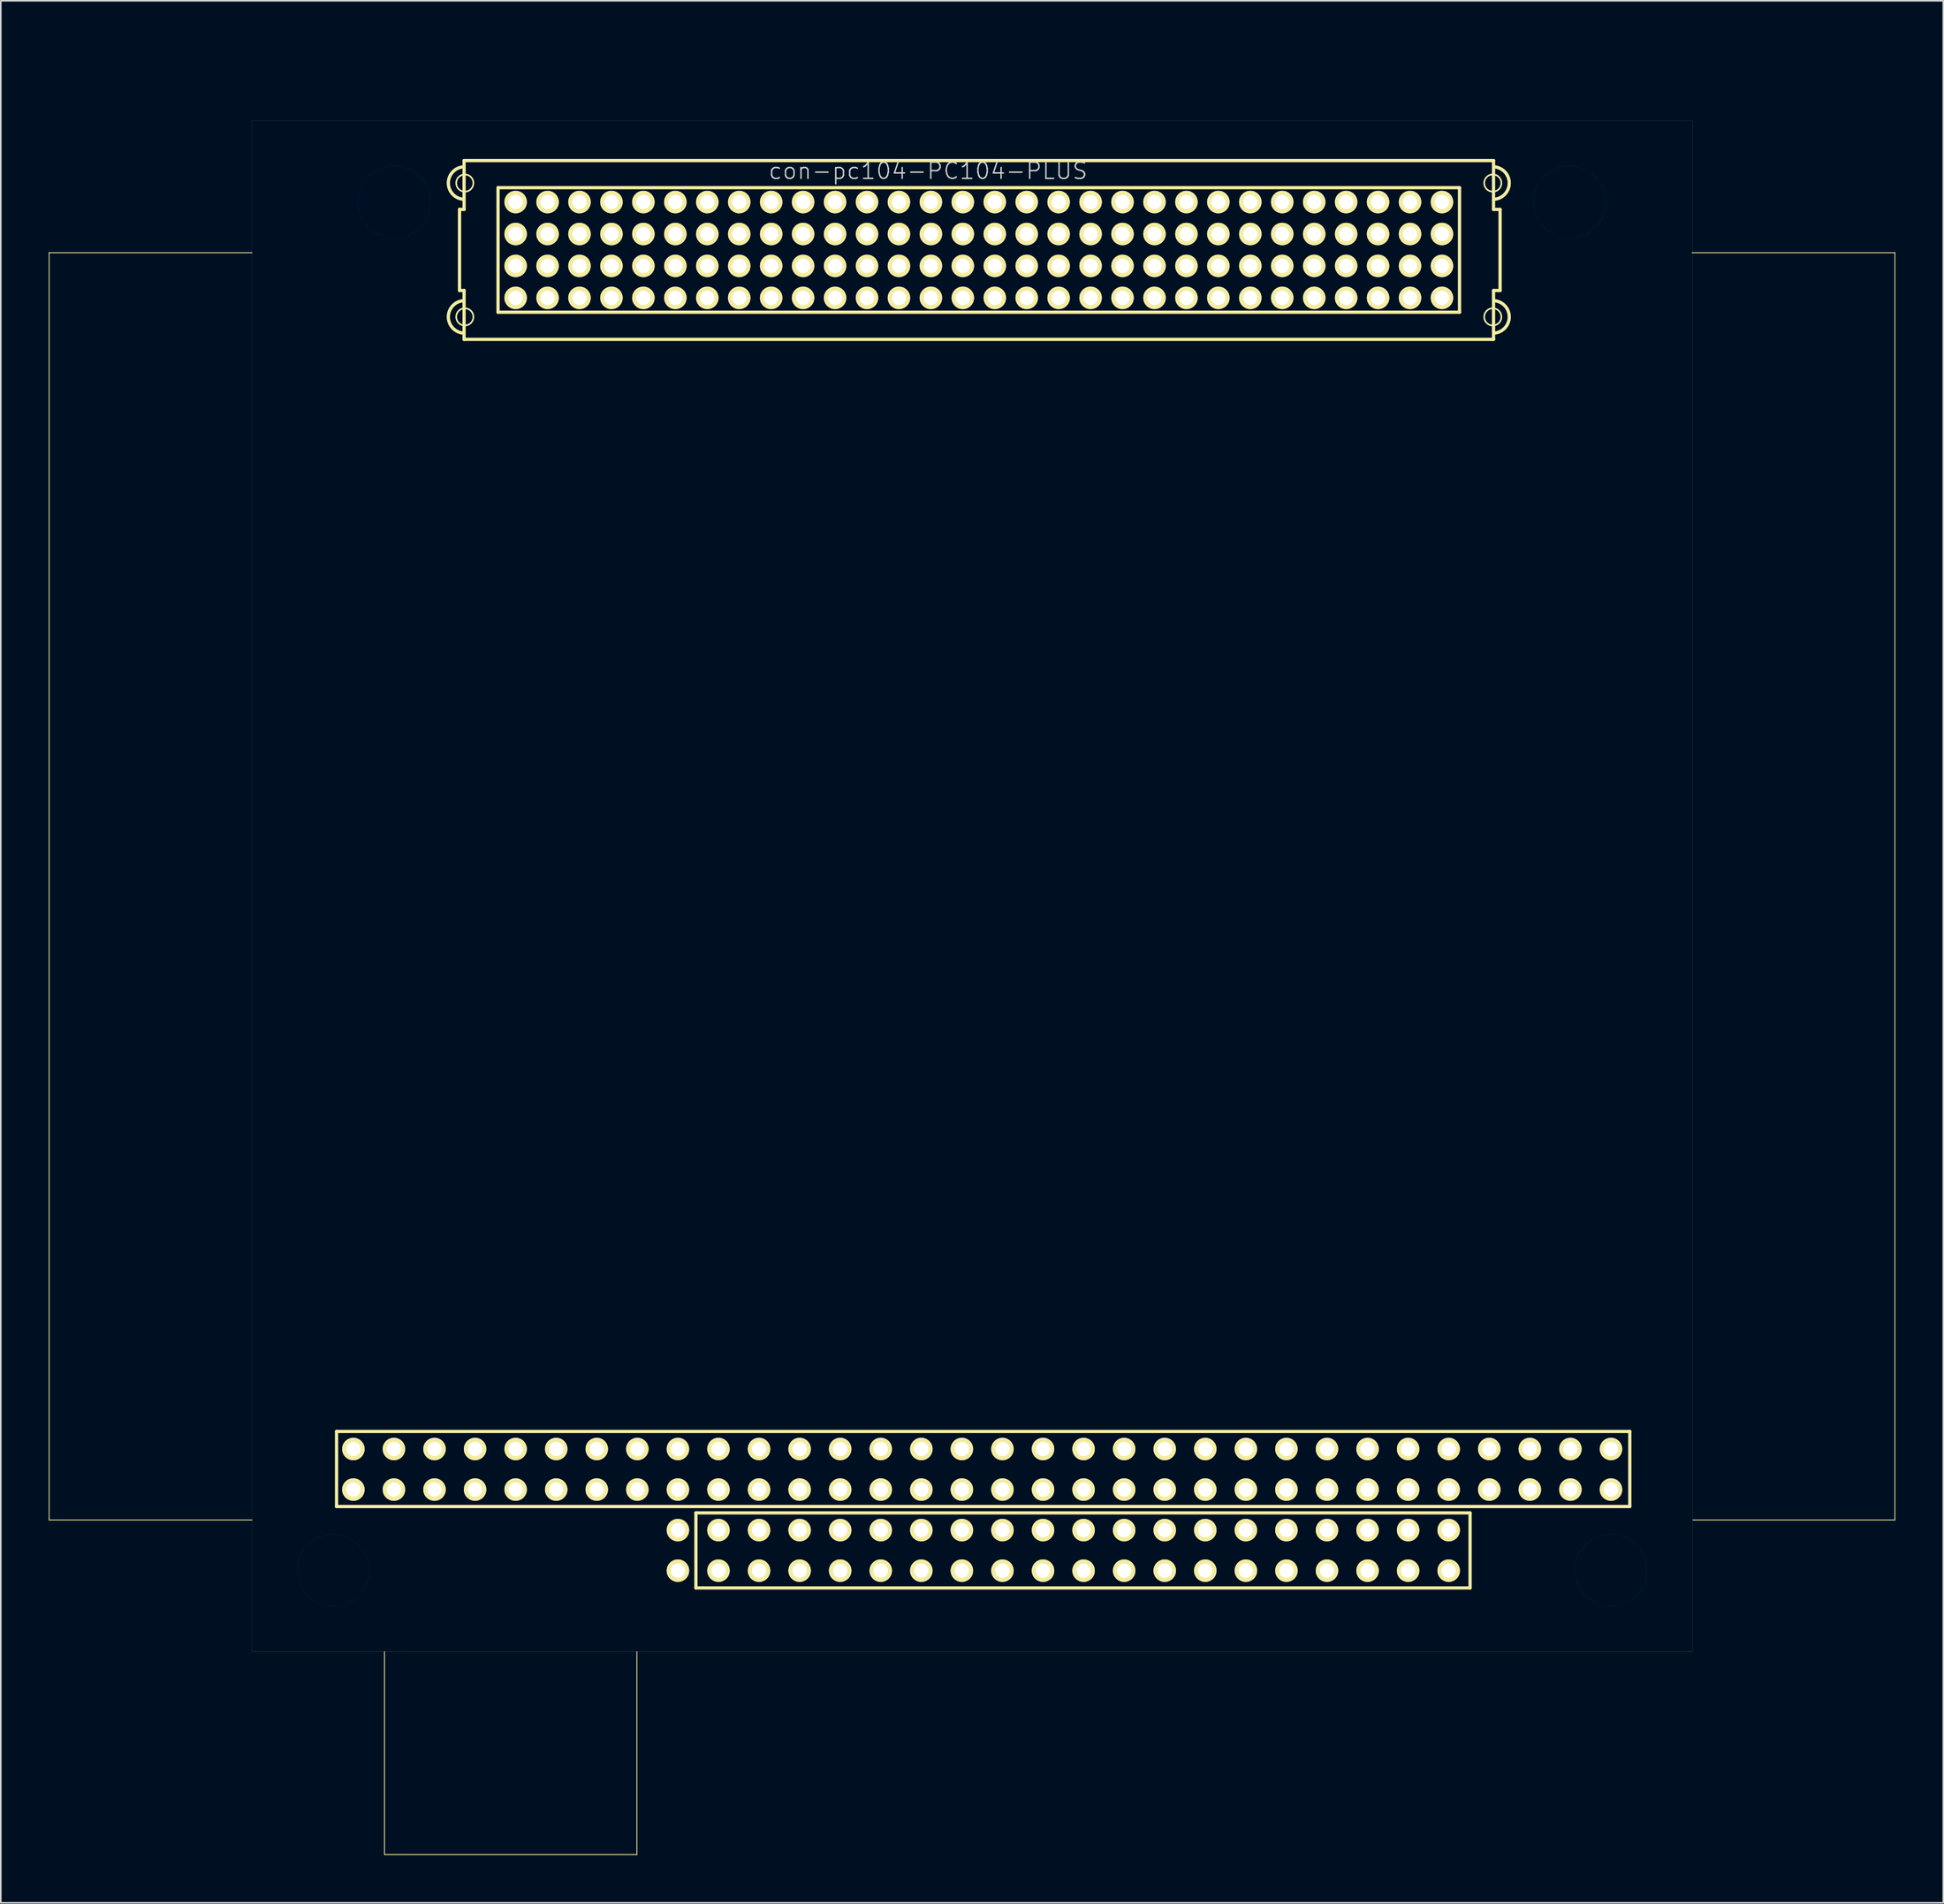
<source format=kicad_pcb>
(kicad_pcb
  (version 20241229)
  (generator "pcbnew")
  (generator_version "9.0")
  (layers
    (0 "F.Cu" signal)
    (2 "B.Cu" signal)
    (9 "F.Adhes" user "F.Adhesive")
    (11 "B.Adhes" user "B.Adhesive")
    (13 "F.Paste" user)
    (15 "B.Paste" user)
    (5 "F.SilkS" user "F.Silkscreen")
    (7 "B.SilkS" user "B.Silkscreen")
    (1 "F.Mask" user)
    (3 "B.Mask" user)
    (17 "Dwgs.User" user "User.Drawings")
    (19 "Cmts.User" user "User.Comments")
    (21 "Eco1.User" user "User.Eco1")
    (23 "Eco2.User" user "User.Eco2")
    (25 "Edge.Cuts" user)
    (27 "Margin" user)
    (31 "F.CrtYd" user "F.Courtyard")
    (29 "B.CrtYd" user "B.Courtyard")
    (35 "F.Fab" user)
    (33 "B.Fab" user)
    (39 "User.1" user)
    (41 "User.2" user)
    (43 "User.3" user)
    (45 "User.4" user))
  (footprint "con-pc104-PC104-PLUS"
    (layer "F.Cu")
    (at 12.725 100.41)
    (property "Reference" "con-pc104-PC104-PLUS" (at 42.334 -92.756 0) (layer "Edge.Cuts") (effects (font (size 1.016 1.016) (thickness 0.089))))
    (attr exclude_from_pos_files exclude_from_bom)
    (fp_circle (center 5.098 -5.098) (end 6.695 -6.695) (stroke (width 0.003) (type solid)) (fill no) (layer "B.Cu"))
    (fp_circle (center 8.898 -90.8) (end 10.495 -92.398) (stroke (width 0.003) (type solid)) (fill no) (layer "B.Cu"))
    (fp_circle (center 82.499 -90.8) (end 84.097 -92.398) (stroke (width 0.003) (type solid)) (fill no) (layer "B.Cu"))
    (fp_circle (center 85.098 -5.098) (end 86.695 -6.695) (stroke (width 0.003) (type solid)) (fill no) (layer "B.Cu"))
    (fp_line (start -12.7 -87.63) (end -12.7 -8.255) (stroke (width 0.051) (type solid)) (layer "F.SilkS"))
    (fp_line (start -12.7 -8.255) (end 0 -8.255) (stroke (width 0.051) (type solid)) (layer "F.SilkS"))
    (fp_line (start 0 -95.898) (end 0 0) (stroke (width 0.003) (type solid)) (layer "F.SilkS"))
    (fp_line (start 0 -87.63) (end -12.7 -87.63) (stroke (width 0.051) (type solid)) (layer "F.SilkS"))
    (fp_line (start 0 0) (end 90.198 0) (stroke (width 0.003) (type solid)) (layer "F.SilkS"))
    (fp_line (start 5.298 -13.8) (end 86.269 -13.8) (stroke (width 0.203) (type solid)) (layer "F.SilkS"))
    (fp_line (start 5.298 -9.098) (end 5.298 -13.8) (stroke (width 0.203) (type solid)) (layer "F.SilkS"))
    (fp_line (start 8.298 0) (end 8.298 12.7) (stroke (width 0.051) (type solid)) (layer "F.SilkS"))
    (fp_line (start 8.298 12.7) (end 24.1 12.7) (stroke (width 0.051) (type solid)) (layer "F.SilkS"))
    (fp_line (start 12.997 -90.343) (end 13.282 -90.343) (stroke (width 0.203) (type solid)) (layer "F.SilkS"))
    (fp_line (start 12.997 -85.263) (end 12.997 -90.343) (stroke (width 0.203) (type solid)) (layer "F.SilkS"))
    (fp_line (start 13.282 -93.403) (end 77.737 -93.403) (stroke (width 0.203) (type solid)) (layer "F.SilkS"))
    (fp_line (start 13.282 -90.343) (end 13.282 -93.403) (stroke (width 0.203) (type solid)) (layer "F.SilkS"))
    (fp_line (start 13.282 -85.263) (end 12.997 -85.263) (stroke (width 0.203) (type solid)) (layer "F.SilkS"))
    (fp_line (start 13.282 -82.205) (end 13.282 -85.263) (stroke (width 0.203) (type solid)) (layer "F.SilkS"))
    (fp_line (start 15.408 -91.704) (end 75.608 -91.704) (stroke (width 0.203) (type solid)) (layer "F.SilkS"))
    (fp_line (start 15.408 -83.904) (end 15.408 -91.704) (stroke (width 0.203) (type solid)) (layer "F.SilkS"))
    (fp_line (start 24.1 12.7) (end 24.1 0) (stroke (width 0.051) (type solid)) (layer "F.SilkS"))
    (fp_line (start 27.798 -8.7) (end 76.269 -8.7) (stroke (width 0.203) (type solid)) (layer "F.SilkS"))
    (fp_line (start 27.798 -3.998) (end 27.798 -8.7) (stroke (width 0.203) (type solid)) (layer "F.SilkS"))
    (fp_line (start 75.608 -91.704) (end 75.608 -83.904) (stroke (width 0.203) (type solid)) (layer "F.SilkS"))
    (fp_line (start 75.608 -83.904) (end 15.408 -83.904) (stroke (width 0.203) (type solid)) (layer "F.SilkS"))
    (fp_line (start 76.269 -8.7) (end 76.269 -3.998) (stroke (width 0.203) (type solid)) (layer "F.SilkS"))
    (fp_line (start 76.269 -3.998) (end 27.798 -3.998) (stroke (width 0.203) (type solid)) (layer "F.SilkS"))
    (fp_line (start 77.737 -93.403) (end 77.737 -90.343) (stroke (width 0.203) (type solid)) (layer "F.SilkS"))
    (fp_line (start 77.737 -90.343) (end 78.148 -90.343) (stroke (width 0.203) (type solid)) (layer "F.SilkS"))
    (fp_line (start 77.737 -85.263) (end 77.737 -82.205) (stroke (width 0.203) (type solid)) (layer "F.SilkS"))
    (fp_line (start 77.737 -82.205) (end 13.282 -82.205) (stroke (width 0.203) (type solid)) (layer "F.SilkS"))
    (fp_line (start 78.148 -90.343) (end 78.148 -85.263) (stroke (width 0.203) (type solid)) (layer "F.SilkS"))
    (fp_line (start 78.148 -85.263) (end 77.737 -85.263) (stroke (width 0.203) (type solid)) (layer "F.SilkS"))
    (fp_line (start 86.269 -13.8) (end 86.269 -9.098) (stroke (width 0.203) (type solid)) (layer "F.SilkS"))
    (fp_line (start 86.269 -9.098) (end 5.298 -9.098) (stroke (width 0.203) (type solid)) (layer "F.SilkS"))
    (fp_line (start 90.198 -95.898) (end 0 -95.898) (stroke (width 0.003) (type solid)) (layer "F.SilkS"))
    (fp_line (start 90.198 0) (end 90.198 -95.898) (stroke (width 0.003) (type solid)) (layer "F.SilkS"))
    (fp_line (start 90.221 -8.255) (end 102.87 -8.255) (stroke (width 0.051) (type solid)) (layer "F.SilkS"))
    (fp_line (start 102.87 -87.63) (end 90.17 -87.63) (stroke (width 0.051) (type solid)) (layer "F.SilkS"))
    (fp_line (start 102.87 -8.255) (end 102.87 -87.63) (stroke (width 0.051) (type solid)) (layer "F.SilkS"))
    (fp_arc (start 13.25118 -90.97772) (mid 12.296698 -91.9933) (end 13.250341 -93.009667) (stroke (width 0.2032) (type solid)) (layer "F.SilkS"))
    (fp_arc (start 13.25118 -82.59572) (mid 12.296698 -83.6113) (end 13.250341 -84.627667) (stroke (width 0.2032) (type solid)) (layer "F.SilkS"))
    (fp_arc (start 77.76718 -93.00972) (mid 78.721662 -91.99414) (end 77.768019 -90.977773) (stroke (width 0.2032) (type solid)) (layer "F.SilkS"))
    (fp_arc (start 77.76718 -84.62772) (mid 78.721662 -83.61214) (end 77.768019 -82.595773) (stroke (width 0.2032) (type solid)) (layer "F.SilkS"))
    (fp_circle (center 13.327 -91.994) (end 13.708 -92.375) (stroke (width 0.102) (type solid)) (fill no) (layer "F.SilkS"))
    (fp_circle (center 13.327 -83.612) (end 13.708 -83.993) (stroke (width 0.102) (type solid)) (fill no) (layer "F.SilkS"))
    (fp_circle (center 77.691 -91.994) (end 78.072 -92.375) (stroke (width 0.102) (type solid)) (fill no) (layer "F.SilkS"))
    (fp_circle (center 77.691 -83.612) (end 78.072 -83.993) (stroke (width 0.102) (type solid)) (fill no) (layer "F.SilkS"))
    (fp_text user "PC/104-Plus 16-B" (at 49.088 -98.768 0) (layer "Edge.Cuts") (effects (font (size 2.54 2.54) (thickness 0.089))))
    (fp_text user "J2" (at 29.845 -2.54 0) (layer "Edge.Cuts") (effects (font (size 1.27 1.27) (thickness 0.089))))
    (fp_text user "J1" (at 6.985 -15.24 0) (layer "Edge.Cuts") (effects (font (size 1.27 1.27) (thickness 0.089))))
    (fp_text user "J3" (at 17.145 -80.645 0) (layer "Edge.Cuts") (effects (font (size 1.27 1.27) (thickness 0.089))))
    (fp_text user "PC/104-Plus PCI " (at 45.89 -83.231 0) (layer "Edge.Cuts") (effects (font (size 1.016 1.016) (thickness 0.089))))
    (pad "A1" thru_hole circle (at 6.35 -10.16) (size 1.407 1.407) (drill 0.899) (layers "*.Cu" "F.Mask" "F.SilkS" "F.Paste"))
    (pad "A2" thru_hole circle (at 8.89 -10.16) (size 1.407 1.407) (drill 0.899) (layers "*.Cu" "F.Mask" "F.SilkS" "F.Paste"))
    (pad "A3" thru_hole circle (at 11.43 -10.16) (size 1.407 1.407) (drill 0.899) (layers "*.Cu" "F.Mask" "F.SilkS" "F.Paste"))
    (pad "A4" thru_hole circle (at 13.97 -10.16) (size 1.407 1.407) (drill 0.899) (layers "*.Cu" "F.Mask" "F.SilkS" "F.Paste"))
    (pad "A5" thru_hole circle (at 16.51 -10.16) (size 1.407 1.407) (drill 0.899) (layers "*.Cu" "F.Mask" "F.SilkS" "F.Paste"))
    (pad "A6" thru_hole circle (at 19.05 -10.16) (size 1.407 1.407) (drill 0.899) (layers "*.Cu" "F.Mask" "F.SilkS" "F.Paste"))
    (pad "A7" thru_hole circle (at 21.59 -10.16) (size 1.407 1.407) (drill 0.899) (layers "*.Cu" "F.Mask" "F.SilkS" "F.Paste"))
    (pad "A8" thru_hole circle (at 24.13 -10.16) (size 1.407 1.407) (drill 0.899) (layers "*.Cu" "F.Mask" "F.SilkS" "F.Paste"))
    (pad "A9" thru_hole circle (at 26.67 -10.16) (size 1.407 1.407) (drill 0.899) (layers "*.Cu" "F.Mask" "F.SilkS" "F.Paste"))
    (pad "A10" thru_hole circle (at 29.21 -10.16) (size 1.407 1.407) (drill 0.899) (layers "*.Cu" "F.Mask" "F.SilkS" "F.Paste"))
    (pad "A11" thru_hole circle (at 31.75 -10.16) (size 1.407 1.407) (drill 0.899) (layers "*.Cu" "F.Mask" "F.SilkS" "F.Paste"))
    (pad "A12" thru_hole circle (at 34.29 -10.16) (size 1.407 1.407) (drill 0.899) (layers "*.Cu" "F.Mask" "F.SilkS" "F.Paste"))
    (pad "A13" thru_hole circle (at 36.83 -10.16) (size 1.407 1.407) (drill 0.899) (layers "*.Cu" "F.Mask" "F.SilkS" "F.Paste"))
    (pad "A14" thru_hole circle (at 39.37 -10.16) (size 1.407 1.407) (drill 0.899) (layers "*.Cu" "F.Mask" "F.SilkS" "F.Paste"))
    (pad "A15" thru_hole circle (at 41.91 -10.16) (size 1.407 1.407) (drill 0.899) (layers "*.Cu" "F.Mask" "F.SilkS" "F.Paste"))
    (pad "A16" thru_hole circle (at 44.45 -10.16) (size 1.407 1.407) (drill 0.899) (layers "*.Cu" "F.Mask" "F.SilkS" "F.Paste"))
    (pad "A17" thru_hole circle (at 46.99 -10.16) (size 1.407 1.407) (drill 0.899) (layers "*.Cu" "F.Mask" "F.SilkS" "F.Paste"))
    (pad "A18" thru_hole circle (at 49.53 -10.16) (size 1.407 1.407) (drill 0.899) (layers "*.Cu" "F.Mask" "F.SilkS" "F.Paste"))
    (pad "A19" thru_hole circle (at 52.07 -10.16) (size 1.407 1.407) (drill 0.899) (layers "*.Cu" "F.Mask" "F.SilkS" "F.Paste"))
    (pad "A20" thru_hole circle (at 54.61 -10.16) (size 1.407 1.407) (drill 0.899) (layers "*.Cu" "F.Mask" "F.SilkS" "F.Paste"))
    (pad "A21" thru_hole circle (at 57.15 -10.16) (size 1.407 1.407) (drill 0.899) (layers "*.Cu" "F.Mask" "F.SilkS" "F.Paste"))
    (pad "A22" thru_hole circle (at 59.69 -10.16) (size 1.407 1.407) (drill 0.899) (layers "*.Cu" "F.Mask" "F.SilkS" "F.Paste"))
    (pad "A23" thru_hole circle (at 62.23 -10.16) (size 1.407 1.407) (drill 0.899) (layers "*.Cu" "F.Mask" "F.SilkS" "F.Paste"))
    (pad "A24" thru_hole circle (at 64.77 -10.16) (size 1.407 1.407) (drill 0.899) (layers "*.Cu" "F.Mask" "F.SilkS" "F.Paste"))
    (pad "A25" thru_hole circle (at 67.31 -10.16) (size 1.407 1.407) (drill 0.899) (layers "*.Cu" "F.Mask" "F.SilkS" "F.Paste"))
    (pad "A26" thru_hole circle (at 69.85 -10.16) (size 1.407 1.407) (drill 0.899) (layers "*.Cu" "F.Mask" "F.SilkS" "F.Paste"))
    (pad "A27" thru_hole circle (at 72.39 -10.16) (size 1.407 1.407) (drill 0.899) (layers "*.Cu" "F.Mask" "F.SilkS" "F.Paste"))
    (pad "A28" thru_hole circle (at 74.93 -10.16) (size 1.407 1.407) (drill 0.899) (layers "*.Cu" "F.Mask" "F.SilkS" "F.Paste"))
    (pad "A29" thru_hole circle (at 77.47 -10.16) (size 1.407 1.407) (drill 0.899) (layers "*.Cu" "F.Mask" "F.SilkS" "F.Paste"))
    (pad "A30" thru_hole circle (at 80.01 -10.16) (size 1.407 1.407) (drill 0.899) (layers "*.Cu" "F.Mask" "F.SilkS" "F.Paste"))
    (pad "A31" thru_hole circle (at 82.55 -10.16) (size 1.407 1.407) (drill 0.899) (layers "*.Cu" "F.Mask" "F.SilkS" "F.Paste"))
    (pad "A32" thru_hole circle (at 85.09 -10.16) (size 1.407 1.407) (drill 0.899) (layers "*.Cu" "F.Mask" "F.SilkS" "F.Paste"))
    (pad "B1" thru_hole circle (at 6.35 -12.7) (size 1.407 1.407) (drill 0.899) (layers "*.Cu" "F.Mask" "F.SilkS" "F.Paste"))
    (pad "B2" thru_hole circle (at 8.89 -12.7) (size 1.407 1.407) (drill 0.899) (layers "*.Cu" "F.Mask" "F.SilkS" "F.Paste"))
    (pad "B3" thru_hole circle (at 11.43 -12.7) (size 1.407 1.407) (drill 0.899) (layers "*.Cu" "F.Mask" "F.SilkS" "F.Paste"))
    (pad "B4" thru_hole circle (at 13.97 -12.7) (size 1.407 1.407) (drill 0.899) (layers "*.Cu" "F.Mask" "F.SilkS" "F.Paste"))
    (pad "B5" thru_hole circle (at 16.51 -12.7) (size 1.407 1.407) (drill 0.899) (layers "*.Cu" "F.Mask" "F.SilkS" "F.Paste"))
    (pad "B6" thru_hole circle (at 19.05 -12.7) (size 1.407 1.407) (drill 0.899) (layers "*.Cu" "F.Mask" "F.SilkS" "F.Paste"))
    (pad "B7" thru_hole circle (at 21.59 -12.7) (size 1.407 1.407) (drill 0.899) (layers "*.Cu" "F.Mask" "F.SilkS" "F.Paste"))
    (pad "B8" thru_hole circle (at 24.13 -12.7) (size 1.407 1.407) (drill 0.899) (layers "*.Cu" "F.Mask" "F.SilkS" "F.Paste"))
    (pad "B9" thru_hole circle (at 26.67 -12.7) (size 1.407 1.407) (drill 0.899) (layers "*.Cu" "F.Mask" "F.SilkS" "F.Paste"))
    (pad "B10" thru_hole circle (at 29.21 -12.7) (size 1.407 1.407) (drill 0.899) (layers "*.Cu" "F.Mask" "F.SilkS" "F.Paste"))
    (pad "B11" thru_hole circle (at 31.75 -12.7) (size 1.407 1.407) (drill 0.899) (layers "*.Cu" "F.Mask" "F.SilkS" "F.Paste"))
    (pad "B12" thru_hole circle (at 34.29 -12.7) (size 1.407 1.407) (drill 0.899) (layers "*.Cu" "F.Mask" "F.SilkS" "F.Paste"))
    (pad "B13" thru_hole circle (at 36.83 -12.7) (size 1.407 1.407) (drill 0.899) (layers "*.Cu" "F.Mask" "F.SilkS" "F.Paste"))
    (pad "B14" thru_hole circle (at 39.37 -12.7) (size 1.407 1.407) (drill 0.899) (layers "*.Cu" "F.Mask" "F.SilkS" "F.Paste"))
    (pad "B15" thru_hole circle (at 41.91 -12.7) (size 1.407 1.407) (drill 0.899) (layers "*.Cu" "F.Mask" "F.SilkS" "F.Paste"))
    (pad "B16" thru_hole circle (at 44.45 -12.7) (size 1.407 1.407) (drill 0.899) (layers "*.Cu" "F.Mask" "F.SilkS" "F.Paste"))
    (pad "B17" thru_hole circle (at 46.99 -12.7) (size 1.407 1.407) (drill 0.899) (layers "*.Cu" "F.Mask" "F.SilkS" "F.Paste"))
    (pad "B18" thru_hole circle (at 49.53 -12.7) (size 1.407 1.407) (drill 0.899) (layers "*.Cu" "F.Mask" "F.SilkS" "F.Paste"))
    (pad "B19" thru_hole circle (at 52.07 -12.7) (size 1.407 1.407) (drill 0.899) (layers "*.Cu" "F.Mask" "F.SilkS" "F.Paste"))
    (pad "B20" thru_hole circle (at 54.61 -12.7) (size 1.407 1.407) (drill 0.899) (layers "*.Cu" "F.Mask" "F.SilkS" "F.Paste"))
    (pad "B21" thru_hole circle (at 57.15 -12.7) (size 1.407 1.407) (drill 0.899) (layers "*.Cu" "F.Mask" "F.SilkS" "F.Paste"))
    (pad "B22" thru_hole circle (at 59.69 -12.7) (size 1.407 1.407) (drill 0.899) (layers "*.Cu" "F.Mask" "F.SilkS" "F.Paste"))
    (pad "B23" thru_hole circle (at 62.23 -12.7) (size 1.407 1.407) (drill 0.899) (layers "*.Cu" "F.Mask" "F.SilkS" "F.Paste"))
    (pad "B24" thru_hole circle (at 64.77 -12.7) (size 1.407 1.407) (drill 0.899) (layers "*.Cu" "F.Mask" "F.SilkS" "F.Paste"))
    (pad "B25" thru_hole circle (at 67.31 -12.7) (size 1.407 1.407) (drill 0.899) (layers "*.Cu" "F.Mask" "F.SilkS" "F.Paste"))
    (pad "B26" thru_hole circle (at 69.85 -12.7) (size 1.407 1.407) (drill 0.899) (layers "*.Cu" "F.Mask" "F.SilkS" "F.Paste"))
    (pad "B27" thru_hole circle (at 72.39 -12.7) (size 1.407 1.407) (drill 0.899) (layers "*.Cu" "F.Mask" "F.SilkS" "F.Paste"))
    (pad "B28" thru_hole circle (at 74.93 -12.7) (size 1.407 1.407) (drill 0.899) (layers "*.Cu" "F.Mask" "F.SilkS" "F.Paste"))
    (pad "B29" thru_hole circle (at 77.47 -12.7) (size 1.407 1.407) (drill 0.899) (layers "*.Cu" "F.Mask" "F.SilkS" "F.Paste"))
    (pad "B30" thru_hole circle (at 80.01 -12.7) (size 1.407 1.407) (drill 0.899) (layers "*.Cu" "F.Mask" "F.SilkS" "F.Paste"))
    (pad "B31" thru_hole circle (at 82.55 -12.7) (size 1.407 1.407) (drill 0.899) (layers "*.Cu" "F.Mask" "F.SilkS" "F.Paste"))
    (pad "B32" thru_hole circle (at 85.09 -12.7) (size 1.407 1.407) (drill 0.899) (layers "*.Cu" "F.Mask" "F.SilkS" "F.Paste"))
    (pad "C0" thru_hole circle (at 26.67 -7.62) (size 1.407 1.407) (drill 0.899) (layers "*.Cu" "F.Mask" "F.SilkS" "F.Paste"))
    (pad "C1" thru_hole circle (at 29.21 -7.62) (size 1.407 1.407) (drill 0.899) (layers "*.Cu" "F.Mask" "F.SilkS" "F.Paste"))
    (pad "C2" thru_hole circle (at 31.75 -7.62) (size 1.407 1.407) (drill 0.899) (layers "*.Cu" "F.Mask" "F.SilkS" "F.Paste"))
    (pad "C3" thru_hole circle (at 34.29 -7.62) (size 1.407 1.407) (drill 0.899) (layers "*.Cu" "F.Mask" "F.SilkS" "F.Paste"))
    (pad "C4" thru_hole circle (at 36.83 -7.62) (size 1.407 1.407) (drill 0.899) (layers "*.Cu" "F.Mask" "F.SilkS" "F.Paste"))
    (pad "C5" thru_hole circle (at 39.37 -7.62) (size 1.407 1.407) (drill 0.899) (layers "*.Cu" "F.Mask" "F.SilkS" "F.Paste"))
    (pad "C6" thru_hole circle (at 41.91 -7.62) (size 1.407 1.407) (drill 0.899) (layers "*.Cu" "F.Mask" "F.SilkS" "F.Paste"))
    (pad "C7" thru_hole circle (at 44.45 -7.62) (size 1.407 1.407) (drill 0.899) (layers "*.Cu" "F.Mask" "F.SilkS" "F.Paste"))
    (pad "C8" thru_hole circle (at 46.99 -7.62) (size 1.407 1.407) (drill 0.899) (layers "*.Cu" "F.Mask" "F.SilkS" "F.Paste"))
    (pad "C9" thru_hole circle (at 49.53 -7.62) (size 1.407 1.407) (drill 0.899) (layers "*.Cu" "F.Mask" "F.SilkS" "F.Paste"))
    (pad "C10" thru_hole circle (at 52.07 -7.62) (size 1.407 1.407) (drill 0.899) (layers "*.Cu" "F.Mask" "F.SilkS" "F.Paste"))
    (pad "C11" thru_hole circle (at 54.61 -7.62) (size 1.407 1.407) (drill 0.899) (layers "*.Cu" "F.Mask" "F.SilkS" "F.Paste"))
    (pad "C12" thru_hole circle (at 57.15 -7.62) (size 1.407 1.407) (drill 0.899) (layers "*.Cu" "F.Mask" "F.SilkS" "F.Paste"))
    (pad "C13" thru_hole circle (at 59.69 -7.62) (size 1.407 1.407) (drill 0.899) (layers "*.Cu" "F.Mask" "F.SilkS" "F.Paste"))
    (pad "C14" thru_hole circle (at 62.23 -7.62) (size 1.407 1.407) (drill 0.899) (layers "*.Cu" "F.Mask" "F.SilkS" "F.Paste"))
    (pad "C15" thru_hole circle (at 64.77 -7.62) (size 1.407 1.407) (drill 0.899) (layers "*.Cu" "F.Mask" "F.SilkS" "F.Paste"))
    (pad "C16" thru_hole circle (at 67.31 -7.62) (size 1.407 1.407) (drill 0.899) (layers "*.Cu" "F.Mask" "F.SilkS" "F.Paste"))
    (pad "C17" thru_hole circle (at 69.85 -7.62) (size 1.407 1.407) (drill 0.899) (layers "*.Cu" "F.Mask" "F.SilkS" "F.Paste"))
    (pad "C18" thru_hole circle (at 72.39 -7.62) (size 1.407 1.407) (drill 0.899) (layers "*.Cu" "F.Mask" "F.SilkS" "F.Paste"))
    (pad "C19" thru_hole circle (at 74.93 -7.62) (size 1.407 1.407) (drill 0.899) (layers "*.Cu" "F.Mask" "F.SilkS" "F.Paste"))
    (pad "D0" thru_hole circle (at 26.67 -5.08) (size 1.407 1.407) (drill 0.899) (layers "*.Cu" "F.Mask" "F.SilkS" "F.Paste"))
    (pad "D1" thru_hole circle (at 29.21 -5.08) (size 1.407 1.407) (drill 0.899) (layers "*.Cu" "F.Mask" "F.SilkS" "F.Paste"))
    (pad "D2" thru_hole circle (at 31.75 -5.08) (size 1.407 1.407) (drill 0.899) (layers "*.Cu" "F.Mask" "F.SilkS" "F.Paste"))
    (pad "D3" thru_hole circle (at 34.29 -5.08) (size 1.407 1.407) (drill 0.899) (layers "*.Cu" "F.Mask" "F.SilkS" "F.Paste"))
    (pad "D4" thru_hole circle (at 36.83 -5.08) (size 1.407 1.407) (drill 0.899) (layers "*.Cu" "F.Mask" "F.SilkS" "F.Paste"))
    (pad "D5" thru_hole circle (at 39.37 -5.08) (size 1.407 1.407) (drill 0.899) (layers "*.Cu" "F.Mask" "F.SilkS" "F.Paste"))
    (pad "D6" thru_hole circle (at 41.91 -5.08) (size 1.407 1.407) (drill 0.899) (layers "*.Cu" "F.Mask" "F.SilkS" "F.Paste"))
    (pad "D7" thru_hole circle (at 44.45 -5.08) (size 1.407 1.407) (drill 0.899) (layers "*.Cu" "F.Mask" "F.SilkS" "F.Paste"))
    (pad "D8" thru_hole circle (at 46.99 -5.08) (size 1.407 1.407) (drill 0.899) (layers "*.Cu" "F.Mask" "F.SilkS" "F.Paste"))
    (pad "D9" thru_hole circle (at 49.53 -5.08) (size 1.407 1.407) (drill 0.899) (layers "*.Cu" "F.Mask" "F.SilkS" "F.Paste"))
    (pad "D10" thru_hole circle (at 52.07 -5.08) (size 1.407 1.407) (drill 0.899) (layers "*.Cu" "F.Mask" "F.SilkS" "F.Paste"))
    (pad "D11" thru_hole circle (at 54.61 -5.08) (size 1.407 1.407) (drill 0.899) (layers "*.Cu" "F.Mask" "F.SilkS" "F.Paste"))
    (pad "D12" thru_hole circle (at 57.15 -5.08) (size 1.407 1.407) (drill 0.899) (layers "*.Cu" "F.Mask" "F.SilkS" "F.Paste"))
    (pad "D13" thru_hole circle (at 59.69 -5.08) (size 1.407 1.407) (drill 0.899) (layers "*.Cu" "F.Mask" "F.SilkS" "F.Paste"))
    (pad "D14" thru_hole circle (at 62.23 -5.08) (size 1.407 1.407) (drill 0.899) (layers "*.Cu" "F.Mask" "F.SilkS" "F.Paste"))
    (pad "D15" thru_hole circle (at 64.77 -5.08) (size 1.407 1.407) (drill 0.899) (layers "*.Cu" "F.Mask" "F.SilkS" "F.Paste"))
    (pad "D16" thru_hole circle (at 67.31 -5.08) (size 1.407 1.407) (drill 0.899) (layers "*.Cu" "F.Mask" "F.SilkS" "F.Paste"))
    (pad "D17" thru_hole circle (at 69.85 -5.08) (size 1.407 1.407) (drill 0.899) (layers "*.Cu" "F.Mask" "F.SilkS" "F.Paste"))
    (pad "D18" thru_hole circle (at 72.39 -5.08) (size 1.407 1.407) (drill 0.899) (layers "*.Cu" "F.Mask" "F.SilkS" "F.Paste"))
    (pad "D19" thru_hole circle (at 74.93 -5.08) (size 1.407 1.407) (drill 0.899) (layers "*.Cu" "F.Mask" "F.SilkS" "F.Paste"))
    (pad "J3-A" thru_hole circle (at 16.51 -84.803) (size 1.407 1.407) (drill 0.899) (layers "*.Cu" "F.Mask" "F.SilkS" "F.Paste"))
    (pad "J3-A" thru_hole circle (at 18.509 -84.803) (size 1.407 1.407) (drill 0.899) (layers "*.Cu" "F.Mask" "F.SilkS" "F.Paste"))
    (pad "J3-A" thru_hole circle (at 20.508 -84.803) (size 1.407 1.407) (drill 0.899) (layers "*.Cu" "F.Mask" "F.SilkS" "F.Paste"))
    (pad "J3-A" thru_hole circle (at 22.509 -84.803) (size 1.407 1.407) (drill 0.899) (layers "*.Cu" "F.Mask" "F.SilkS" "F.Paste"))
    (pad "J3-A" thru_hole circle (at 24.508 -84.803) (size 1.407 1.407) (drill 0.899) (layers "*.Cu" "F.Mask" "F.SilkS" "F.Paste"))
    (pad "J3-A" thru_hole circle (at 26.51 -84.803) (size 1.407 1.407) (drill 0.899) (layers "*.Cu" "F.Mask" "F.SilkS" "F.Paste"))
    (pad "J3-A" thru_hole circle (at 28.509 -84.803) (size 1.407 1.407) (drill 0.899) (layers "*.Cu" "F.Mask" "F.SilkS" "F.Paste"))
    (pad "J3-A" thru_hole circle (at 30.508 -84.803) (size 1.407 1.407) (drill 0.899) (layers "*.Cu" "F.Mask" "F.SilkS" "F.Paste"))
    (pad "J3-A" thru_hole circle (at 32.509 -84.803) (size 1.407 1.407) (drill 0.899) (layers "*.Cu" "F.Mask" "F.SilkS" "F.Paste"))
    (pad "J3-A" thru_hole circle (at 34.508 -84.803) (size 1.407 1.407) (drill 0.899) (layers "*.Cu" "F.Mask" "F.SilkS" "F.Paste"))
    (pad "J3-A" thru_hole circle (at 36.51 -84.803) (size 1.407 1.407) (drill 0.899) (layers "*.Cu" "F.Mask" "F.SilkS" "F.Paste"))
    (pad "J3-A" thru_hole circle (at 38.509 -84.803) (size 1.407 1.407) (drill 0.899) (layers "*.Cu" "F.Mask" "F.SilkS" "F.Paste"))
    (pad "J3-A" thru_hole circle (at 40.508 -84.803) (size 1.407 1.407) (drill 0.899) (layers "*.Cu" "F.Mask" "F.SilkS" "F.Paste"))
    (pad "J3-A" thru_hole circle (at 42.509 -84.803) (size 1.407 1.407) (drill 0.899) (layers "*.Cu" "F.Mask" "F.SilkS" "F.Paste"))
    (pad "J3-A" thru_hole circle (at 44.508 -84.803) (size 1.407 1.407) (drill 0.899) (layers "*.Cu" "F.Mask" "F.SilkS" "F.Paste"))
    (pad "J3-A" thru_hole circle (at 46.51 -84.803) (size 1.407 1.407) (drill 0.899) (layers "*.Cu" "F.Mask" "F.SilkS" "F.Paste"))
    (pad "J3-A" thru_hole circle (at 48.509 -84.803) (size 1.407 1.407) (drill 0.899) (layers "*.Cu" "F.Mask" "F.SilkS" "F.Paste"))
    (pad "J3-A" thru_hole circle (at 50.508 -84.803) (size 1.407 1.407) (drill 0.899) (layers "*.Cu" "F.Mask" "F.SilkS" "F.Paste"))
    (pad "J3-A" thru_hole circle (at 52.509 -84.803) (size 1.407 1.407) (drill 0.899) (layers "*.Cu" "F.Mask" "F.SilkS" "F.Paste"))
    (pad "J3-A" thru_hole circle (at 54.508 -84.803) (size 1.407 1.407) (drill 0.899) (layers "*.Cu" "F.Mask" "F.SilkS" "F.Paste"))
    (pad "J3-A" thru_hole circle (at 56.51 -84.803) (size 1.407 1.407) (drill 0.899) (layers "*.Cu" "F.Mask" "F.SilkS" "F.Paste"))
    (pad "J3-A" thru_hole circle (at 58.509 -84.803) (size 1.407 1.407) (drill 0.899) (layers "*.Cu" "F.Mask" "F.SilkS" "F.Paste"))
    (pad "J3-A" thru_hole circle (at 60.508 -84.803) (size 1.407 1.407) (drill 0.899) (layers "*.Cu" "F.Mask" "F.SilkS" "F.Paste"))
    (pad "J3-A" thru_hole circle (at 62.509 -84.803) (size 1.407 1.407) (drill 0.899) (layers "*.Cu" "F.Mask" "F.SilkS" "F.Paste"))
    (pad "J3-A" thru_hole circle (at 64.508 -84.803) (size 1.407 1.407) (drill 0.899) (layers "*.Cu" "F.Mask" "F.SilkS" "F.Paste"))
    (pad "J3-A" thru_hole circle (at 66.51 -84.803) (size 1.407 1.407) (drill 0.899) (layers "*.Cu" "F.Mask" "F.SilkS" "F.Paste"))
    (pad "J3-A" thru_hole circle (at 68.509 -84.803) (size 1.407 1.407) (drill 0.899) (layers "*.Cu" "F.Mask" "F.SilkS" "F.Paste"))
    (pad "J3-A" thru_hole circle (at 70.508 -84.803) (size 1.407 1.407) (drill 0.899) (layers "*.Cu" "F.Mask" "F.SilkS" "F.Paste"))
    (pad "J3-A" thru_hole circle (at 72.509 -84.803) (size 1.407 1.407) (drill 0.899) (layers "*.Cu" "F.Mask" "F.SilkS" "F.Paste"))
    (pad "J3-A" thru_hole circle (at 74.508 -84.803) (size 1.407 1.407) (drill 0.899) (layers "*.Cu" "F.Mask" "F.SilkS" "F.Paste"))
    (pad "J3-B" thru_hole circle (at 16.51 -86.805) (size 1.407 1.407) (drill 0.899) (layers "*.Cu" "F.Mask" "F.SilkS" "F.Paste"))
    (pad "J3-B" thru_hole circle (at 18.509 -86.805) (size 1.407 1.407) (drill 0.899) (layers "*.Cu" "F.Mask" "F.SilkS" "F.Paste"))
    (pad "J3-B" thru_hole circle (at 20.508 -86.805) (size 1.407 1.407) (drill 0.899) (layers "*.Cu" "F.Mask" "F.SilkS" "F.Paste"))
    (pad "J3-B" thru_hole circle (at 22.509 -86.805) (size 1.407 1.407) (drill 0.899) (layers "*.Cu" "F.Mask" "F.SilkS" "F.Paste"))
    (pad "J3-B" thru_hole circle (at 24.508 -86.805) (size 1.407 1.407) (drill 0.899) (layers "*.Cu" "F.Mask" "F.SilkS" "F.Paste"))
    (pad "J3-B" thru_hole circle (at 26.51 -86.805) (size 1.407 1.407) (drill 0.899) (layers "*.Cu" "F.Mask" "F.SilkS" "F.Paste"))
    (pad "J3-B" thru_hole circle (at 28.509 -86.805) (size 1.407 1.407) (drill 0.899) (layers "*.Cu" "F.Mask" "F.SilkS" "F.Paste"))
    (pad "J3-B" thru_hole circle (at 30.508 -86.805) (size 1.407 1.407) (drill 0.899) (layers "*.Cu" "F.Mask" "F.SilkS" "F.Paste"))
    (pad "J3-B" thru_hole circle (at 32.509 -86.805) (size 1.407 1.407) (drill 0.899) (layers "*.Cu" "F.Mask" "F.SilkS" "F.Paste"))
    (pad "J3-B" thru_hole circle (at 34.508 -86.805) (size 1.407 1.407) (drill 0.899) (layers "*.Cu" "F.Mask" "F.SilkS" "F.Paste"))
    (pad "J3-B" thru_hole circle (at 36.51 -86.805) (size 1.407 1.407) (drill 0.899) (layers "*.Cu" "F.Mask" "F.SilkS" "F.Paste"))
    (pad "J3-B" thru_hole circle (at 38.509 -86.805) (size 1.407 1.407) (drill 0.899) (layers "*.Cu" "F.Mask" "F.SilkS" "F.Paste"))
    (pad "J3-B" thru_hole circle (at 40.508 -86.805) (size 1.407 1.407) (drill 0.899) (layers "*.Cu" "F.Mask" "F.SilkS" "F.Paste"))
    (pad "J3-B" thru_hole circle (at 42.509 -86.805) (size 1.407 1.407) (drill 0.899) (layers "*.Cu" "F.Mask" "F.SilkS" "F.Paste"))
    (pad "J3-B" thru_hole circle (at 44.508 -86.805) (size 1.407 1.407) (drill 0.899) (layers "*.Cu" "F.Mask" "F.SilkS" "F.Paste"))
    (pad "J3-B" thru_hole circle (at 46.51 -86.805) (size 1.407 1.407) (drill 0.899) (layers "*.Cu" "F.Mask" "F.SilkS" "F.Paste"))
    (pad "J3-B" thru_hole circle (at 48.509 -86.805) (size 1.407 1.407) (drill 0.899) (layers "*.Cu" "F.Mask" "F.SilkS" "F.Paste"))
    (pad "J3-B" thru_hole circle (at 50.508 -86.805) (size 1.407 1.407) (drill 0.899) (layers "*.Cu" "F.Mask" "F.SilkS" "F.Paste"))
    (pad "J3-B" thru_hole circle (at 52.509 -86.805) (size 1.407 1.407) (drill 0.899) (layers "*.Cu" "F.Mask" "F.SilkS" "F.Paste"))
    (pad "J3-B" thru_hole circle (at 54.508 -86.805) (size 1.407 1.407) (drill 0.899) (layers "*.Cu" "F.Mask" "F.SilkS" "F.Paste"))
    (pad "J3-B" thru_hole circle (at 56.51 -86.805) (size 1.407 1.407) (drill 0.899) (layers "*.Cu" "F.Mask" "F.SilkS" "F.Paste"))
    (pad "J3-B" thru_hole circle (at 58.509 -86.805) (size 1.407 1.407) (drill 0.899) (layers "*.Cu" "F.Mask" "F.SilkS" "F.Paste"))
    (pad "J3-B" thru_hole circle (at 60.508 -86.805) (size 1.407 1.407) (drill 0.899) (layers "*.Cu" "F.Mask" "F.SilkS" "F.Paste"))
    (pad "J3-B" thru_hole circle (at 62.509 -86.805) (size 1.407 1.407) (drill 0.899) (layers "*.Cu" "F.Mask" "F.SilkS" "F.Paste"))
    (pad "J3-B" thru_hole circle (at 64.508 -86.805) (size 1.407 1.407) (drill 0.899) (layers "*.Cu" "F.Mask" "F.SilkS" "F.Paste"))
    (pad "J3-B" thru_hole circle (at 66.51 -86.805) (size 1.407 1.407) (drill 0.899) (layers "*.Cu" "F.Mask" "F.SilkS" "F.Paste"))
    (pad "J3-B" thru_hole circle (at 68.509 -86.805) (size 1.407 1.407) (drill 0.899) (layers "*.Cu" "F.Mask" "F.SilkS" "F.Paste"))
    (pad "J3-B" thru_hole circle (at 70.508 -86.805) (size 1.407 1.407) (drill 0.899) (layers "*.Cu" "F.Mask" "F.SilkS" "F.Paste"))
    (pad "J3-B" thru_hole circle (at 72.509 -86.805) (size 1.407 1.407) (drill 0.899) (layers "*.Cu" "F.Mask" "F.SilkS" "F.Paste"))
    (pad "J3-B" thru_hole circle (at 74.508 -86.805) (size 1.407 1.407) (drill 0.899) (layers "*.Cu" "F.Mask" "F.SilkS" "F.Paste"))
    (pad "J3-C" thru_hole circle (at 16.51 -88.803) (size 1.407 1.407) (drill 0.899) (layers "*.Cu" "F.Mask" "F.SilkS" "F.Paste"))
    (pad "J3-C" thru_hole circle (at 18.509 -88.803) (size 1.407 1.407) (drill 0.899) (layers "*.Cu" "F.Mask" "F.SilkS" "F.Paste"))
    (pad "J3-C" thru_hole circle (at 20.508 -88.803) (size 1.407 1.407) (drill 0.899) (layers "*.Cu" "F.Mask" "F.SilkS" "F.Paste"))
    (pad "J3-C" thru_hole circle (at 22.509 -88.803) (size 1.407 1.407) (drill 0.899) (layers "*.Cu" "F.Mask" "F.SilkS" "F.Paste"))
    (pad "J3-C" thru_hole circle (at 24.508 -88.803) (size 1.407 1.407) (drill 0.899) (layers "*.Cu" "F.Mask" "F.SilkS" "F.Paste"))
    (pad "J3-C" thru_hole circle (at 26.51 -88.803) (size 1.407 1.407) (drill 0.899) (layers "*.Cu" "F.Mask" "F.SilkS" "F.Paste"))
    (pad "J3-C" thru_hole circle (at 28.509 -88.803) (size 1.407 1.407) (drill 0.899) (layers "*.Cu" "F.Mask" "F.SilkS" "F.Paste"))
    (pad "J3-C" thru_hole circle (at 30.508 -88.803) (size 1.407 1.407) (drill 0.899) (layers "*.Cu" "F.Mask" "F.SilkS" "F.Paste"))
    (pad "J3-C" thru_hole circle (at 32.509 -88.803) (size 1.407 1.407) (drill 0.899) (layers "*.Cu" "F.Mask" "F.SilkS" "F.Paste"))
    (pad "J3-C" thru_hole circle (at 34.508 -88.803) (size 1.407 1.407) (drill 0.899) (layers "*.Cu" "F.Mask" "F.SilkS" "F.Paste"))
    (pad "J3-C" thru_hole circle (at 36.51 -88.803) (size 1.407 1.407) (drill 0.899) (layers "*.Cu" "F.Mask" "F.SilkS" "F.Paste"))
    (pad "J3-C" thru_hole circle (at 38.509 -88.803) (size 1.407 1.407) (drill 0.899) (layers "*.Cu" "F.Mask" "F.SilkS" "F.Paste"))
    (pad "J3-C" thru_hole circle (at 40.508 -88.803) (size 1.407 1.407) (drill 0.899) (layers "*.Cu" "F.Mask" "F.SilkS" "F.Paste"))
    (pad "J3-C" thru_hole circle (at 42.509 -88.803) (size 1.407 1.407) (drill 0.899) (layers "*.Cu" "F.Mask" "F.SilkS" "F.Paste"))
    (pad "J3-C" thru_hole circle (at 44.508 -88.803) (size 1.407 1.407) (drill 0.899) (layers "*.Cu" "F.Mask" "F.SilkS" "F.Paste"))
    (pad "J3-C" thru_hole circle (at 46.51 -88.803) (size 1.407 1.407) (drill 0.899) (layers "*.Cu" "F.Mask" "F.SilkS" "F.Paste"))
    (pad "J3-C" thru_hole circle (at 48.509 -88.803) (size 1.407 1.407) (drill 0.899) (layers "*.Cu" "F.Mask" "F.SilkS" "F.Paste"))
    (pad "J3-C" thru_hole circle (at 50.508 -88.803) (size 1.407 1.407) (drill 0.899) (layers "*.Cu" "F.Mask" "F.SilkS" "F.Paste"))
    (pad "J3-C" thru_hole circle (at 52.509 -88.803) (size 1.407 1.407) (drill 0.899) (layers "*.Cu" "F.Mask" "F.SilkS" "F.Paste"))
    (pad "J3-C" thru_hole circle (at 54.508 -88.803) (size 1.407 1.407) (drill 0.899) (layers "*.Cu" "F.Mask" "F.SilkS" "F.Paste"))
    (pad "J3-C" thru_hole circle (at 56.51 -88.803) (size 1.407 1.407) (drill 0.899) (layers "*.Cu" "F.Mask" "F.SilkS" "F.Paste"))
    (pad "J3-C" thru_hole circle (at 58.509 -88.803) (size 1.407 1.407) (drill 0.899) (layers "*.Cu" "F.Mask" "F.SilkS" "F.Paste"))
    (pad "J3-C" thru_hole circle (at 60.508 -88.803) (size 1.407 1.407) (drill 0.899) (layers "*.Cu" "F.Mask" "F.SilkS" "F.Paste"))
    (pad "J3-C" thru_hole circle (at 62.509 -88.803) (size 1.407 1.407) (drill 0.899) (layers "*.Cu" "F.Mask" "F.SilkS" "F.Paste"))
    (pad "J3-C" thru_hole circle (at 64.508 -88.803) (size 1.407 1.407) (drill 0.899) (layers "*.Cu" "F.Mask" "F.SilkS" "F.Paste"))
    (pad "J3-C" thru_hole circle (at 66.51 -88.803) (size 1.407 1.407) (drill 0.899) (layers "*.Cu" "F.Mask" "F.SilkS" "F.Paste"))
    (pad "J3-C" thru_hole circle (at 68.509 -88.803) (size 1.407 1.407) (drill 0.899) (layers "*.Cu" "F.Mask" "F.SilkS" "F.Paste"))
    (pad "J3-C" thru_hole circle (at 70.508 -88.803) (size 1.407 1.407) (drill 0.899) (layers "*.Cu" "F.Mask" "F.SilkS" "F.Paste"))
    (pad "J3-C" thru_hole circle (at 72.509 -88.803) (size 1.407 1.407) (drill 0.899) (layers "*.Cu" "F.Mask" "F.SilkS" "F.Paste"))
    (pad "J3-C" thru_hole circle (at 74.508 -88.803) (size 1.407 1.407) (drill 0.899) (layers "*.Cu" "F.Mask" "F.SilkS" "F.Paste"))
    (pad "J3-D" thru_hole circle (at 16.51 -90.805) (size 1.407 1.407) (drill 0.899) (layers "*.Cu" "F.Mask" "F.SilkS" "F.Paste"))
    (pad "J3-D" thru_hole circle (at 18.509 -90.805) (size 1.407 1.407) (drill 0.899) (layers "*.Cu" "F.Mask" "F.SilkS" "F.Paste"))
    (pad "J3-D" thru_hole circle (at 20.508 -90.805) (size 1.407 1.407) (drill 0.899) (layers "*.Cu" "F.Mask" "F.SilkS" "F.Paste"))
    (pad "J3-D" thru_hole circle (at 22.509 -90.805) (size 1.407 1.407) (drill 0.899) (layers "*.Cu" "F.Mask" "F.SilkS" "F.Paste"))
    (pad "J3-D" thru_hole circle (at 24.508 -90.805) (size 1.407 1.407) (drill 0.899) (layers "*.Cu" "F.Mask" "F.SilkS" "F.Paste"))
    (pad "J3-D" thru_hole circle (at 26.51 -90.805) (size 1.407 1.407) (drill 0.899) (layers "*.Cu" "F.Mask" "F.SilkS" "F.Paste"))
    (pad "J3-D" thru_hole circle (at 28.509 -90.805) (size 1.407 1.407) (drill 0.899) (layers "*.Cu" "F.Mask" "F.SilkS" "F.Paste"))
    (pad "J3-D" thru_hole circle (at 30.508 -90.805) (size 1.407 1.407) (drill 0.899) (layers "*.Cu" "F.Mask" "F.SilkS" "F.Paste"))
    (pad "J3-D" thru_hole circle (at 32.509 -90.805) (size 1.407 1.407) (drill 0.899) (layers "*.Cu" "F.Mask" "F.SilkS" "F.Paste"))
    (pad "J3-D" thru_hole circle (at 34.508 -90.805) (size 1.407 1.407) (drill 0.899) (layers "*.Cu" "F.Mask" "F.SilkS" "F.Paste"))
    (pad "J3-D" thru_hole circle (at 36.51 -90.805) (size 1.407 1.407) (drill 0.899) (layers "*.Cu" "F.Mask" "F.SilkS" "F.Paste"))
    (pad "J3-D" thru_hole circle (at 38.509 -90.805) (size 1.407 1.407) (drill 0.899) (layers "*.Cu" "F.Mask" "F.SilkS" "F.Paste"))
    (pad "J3-D" thru_hole circle (at 40.508 -90.805) (size 1.407 1.407) (drill 0.899) (layers "*.Cu" "F.Mask" "F.SilkS" "F.Paste"))
    (pad "J3-D" thru_hole circle (at 42.509 -90.805) (size 1.407 1.407) (drill 0.899) (layers "*.Cu" "F.Mask" "F.SilkS" "F.Paste"))
    (pad "J3-D" thru_hole circle (at 44.508 -90.805) (size 1.407 1.407) (drill 0.899) (layers "*.Cu" "F.Mask" "F.SilkS" "F.Paste"))
    (pad "J3-D" thru_hole circle (at 46.51 -90.805) (size 1.407 1.407) (drill 0.899) (layers "*.Cu" "F.Mask" "F.SilkS" "F.Paste"))
    (pad "J3-D" thru_hole circle (at 48.509 -90.805) (size 1.407 1.407) (drill 0.899) (layers "*.Cu" "F.Mask" "F.SilkS" "F.Paste"))
    (pad "J3-D" thru_hole circle (at 50.508 -90.805) (size 1.407 1.407) (drill 0.899) (layers "*.Cu" "F.Mask" "F.SilkS" "F.Paste"))
    (pad "J3-D" thru_hole circle (at 52.509 -90.805) (size 1.407 1.407) (drill 0.899) (layers "*.Cu" "F.Mask" "F.SilkS" "F.Paste"))
    (pad "J3-D" thru_hole circle (at 54.508 -90.805) (size 1.407 1.407) (drill 0.899) (layers "*.Cu" "F.Mask" "F.SilkS" "F.Paste"))
    (pad "J3-D" thru_hole circle (at 56.51 -90.805) (size 1.407 1.407) (drill 0.899) (layers "*.Cu" "F.Mask" "F.SilkS" "F.Paste"))
    (pad "J3-D" thru_hole circle (at 58.509 -90.805) (size 1.407 1.407) (drill 0.899) (layers "*.Cu" "F.Mask" "F.SilkS" "F.Paste"))
    (pad "J3-D" thru_hole circle (at 60.508 -90.805) (size 1.407 1.407) (drill 0.899) (layers "*.Cu" "F.Mask" "F.SilkS" "F.Paste"))
    (pad "J3-D" thru_hole circle (at 62.509 -90.805) (size 1.407 1.407) (drill 0.899) (layers "*.Cu" "F.Mask" "F.SilkS" "F.Paste"))
    (pad "J3-D" thru_hole circle (at 64.508 -90.805) (size 1.407 1.407) (drill 0.899) (layers "*.Cu" "F.Mask" "F.SilkS" "F.Paste"))
    (pad "J3-D" thru_hole circle (at 66.51 -90.805) (size 1.407 1.407) (drill 0.899) (layers "*.Cu" "F.Mask" "F.SilkS" "F.Paste"))
    (pad "J3-D" thru_hole circle (at 68.509 -90.805) (size 1.407 1.407) (drill 0.899) (layers "*.Cu" "F.Mask" "F.SilkS" "F.Paste"))
    (pad "J3-D" thru_hole circle (at 70.508 -90.805) (size 1.407 1.407) (drill 0.899) (layers "*.Cu" "F.Mask" "F.SilkS" "F.Paste"))
    (pad "J3-D" thru_hole circle (at 72.509 -90.805) (size 1.407 1.407) (drill 0.899) (layers "*.Cu" "F.Mask" "F.SilkS" "F.Paste"))
    (pad "J3-D" thru_hole circle (at 74.508 -90.805) (size 1.407 1.407) (drill 0.899) (layers "*.Cu" "F.Mask" "F.SilkS" "F.Paste")))
  (gr_rect
    (start -3 -3)
    (end 118.621 116.135)
    (stroke (width 0.1) (type default))
    (fill no)
    (layer "Edge.Cuts")))
</source>
